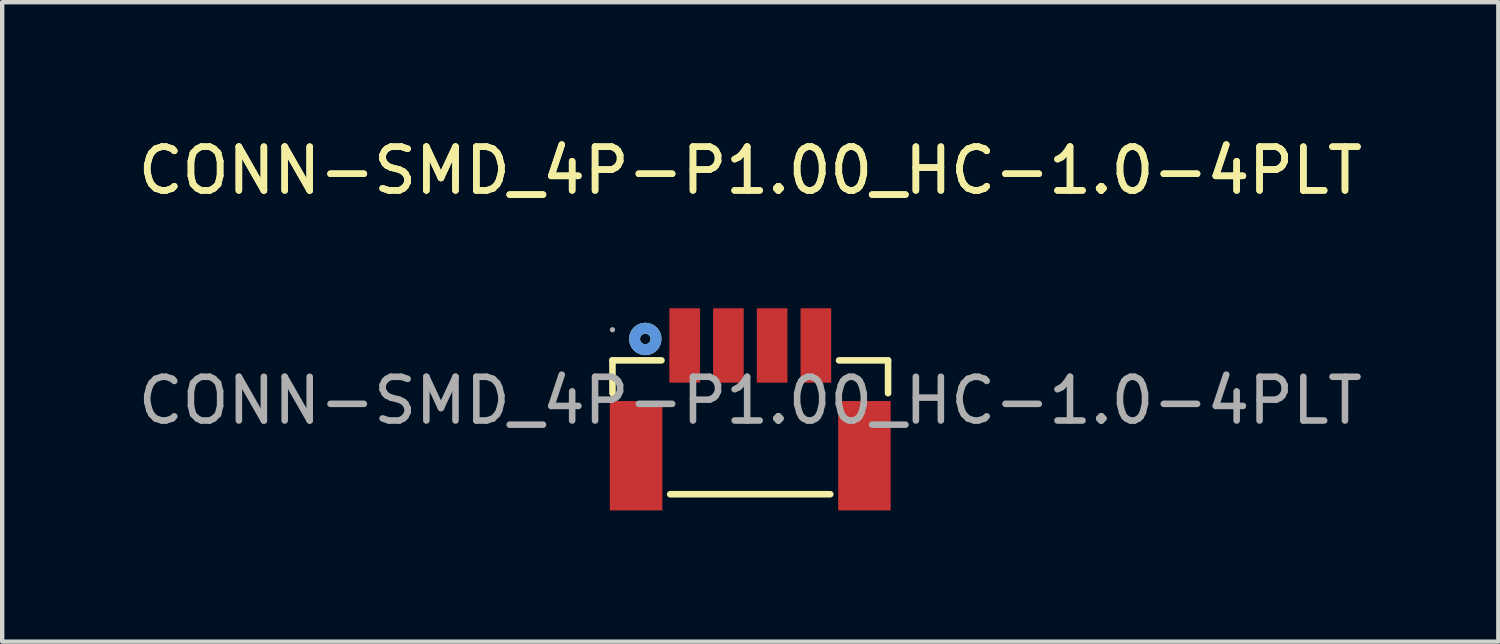
<source format=kicad_pcb>
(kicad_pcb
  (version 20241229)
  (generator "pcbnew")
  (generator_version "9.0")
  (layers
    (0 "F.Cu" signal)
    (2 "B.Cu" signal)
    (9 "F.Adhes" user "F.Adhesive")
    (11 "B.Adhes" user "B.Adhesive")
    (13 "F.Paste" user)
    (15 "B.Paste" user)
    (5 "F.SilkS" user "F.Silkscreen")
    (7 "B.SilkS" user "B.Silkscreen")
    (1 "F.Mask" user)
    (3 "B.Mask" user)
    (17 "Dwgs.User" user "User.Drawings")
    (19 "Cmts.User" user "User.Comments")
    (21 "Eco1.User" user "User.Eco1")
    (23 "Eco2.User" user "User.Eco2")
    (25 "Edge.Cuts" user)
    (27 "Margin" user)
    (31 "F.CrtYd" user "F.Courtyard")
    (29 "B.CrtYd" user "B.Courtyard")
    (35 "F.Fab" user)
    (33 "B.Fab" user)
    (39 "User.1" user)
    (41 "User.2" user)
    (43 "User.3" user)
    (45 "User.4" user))
  (footprint "CONN-SMD_4P-P1.00_HC-1.0-4PLT"
    (layer "F.Cu")
    (at 14.101 6.108)
    (property "Reference" "CONN-SMD_4P-P1.00_HC-1.0-4PLT" (at 0 -5.26 0) (layer "F.SilkS") (effects (font (size 1 1) (thickness 0.15))))
    (attr smd)
    (fp_line (start -3.15 -0.92) (end -2.03 -0.92) (stroke (width 0.15) (type solid)) (layer "F.SilkS"))
    (fp_line (start -3.15 -0.17) (end -3.15 -0.92) (stroke (width 0.15) (type solid)) (layer "F.SilkS"))
    (fp_line (start -1.83 2.14) (end 1.83 2.14) (stroke (width 0.15) (type solid)) (layer "F.SilkS"))
    (fp_line (start 3.15 -0.92) (end 2.03 -0.92) (stroke (width 0.15) (type solid)) (layer "F.SilkS"))
    (fp_line (start 3.15 -0.92) (end 3.15 -0.17) (stroke (width 0.15) (type solid)) (layer "F.SilkS"))
    (fp_circle (center -2.4 -1.41) (end -2.28 -1.41) (stroke (width 0.25) (type solid)) (fill no) (layer "F.SilkS"))
    (fp_circle (center -2.4 -1.41) (end -2.28 -1.41) (stroke (width 0.25) (type solid)) (fill no) (layer "Cmts.User"))
    (fp_circle (center -3.15 -1.62) (end -3.12 -1.62) (stroke (width 0.06) (type solid)) (fill no) (layer "F.Fab"))
    (fp_text user "${REFERENCE}" (at 0 -5.26 0) (layer "F.SilkS") (effects (font (size 1 1) (thickness 0.15))))
    (fp_text user "${REFERENCE}" (at 0 0 0) (layer "F.Fab") (effects (font (size 1 1) (thickness 0.15))))
    (pad "1" smd rect (at -1.5 -1.26) (size 0.7 1.7) (layers "F.Cu" "F.Mask" "F.Paste"))
    (pad "2" smd rect (at -0.5 -1.26) (size 0.7 1.7) (layers "F.Cu" "F.Mask" "F.Paste"))
    (pad "3" smd rect (at 0.5 -1.26) (size 0.7 1.7) (layers "F.Cu" "F.Mask" "F.Paste"))
    (pad "4" smd rect (at 1.5 -1.26) (size 0.7 1.7) (layers "F.Cu" "F.Mask" "F.Paste"))
    (pad "5" smd rect (at -2.61 1.26) (size 1.2 2.5) (layers "F.Cu" "F.Mask" "F.Paste"))
    (pad "6" smd rect (at 2.61 1.26) (size 1.2 2.5) (layers "F.Cu" "F.Mask" "F.Paste")))
  (gr_rect
    (start -3 -3)
    (end 31.202 11.618)
    (stroke (width 0.1) (type default))
    (fill no)
    (layer "Edge.Cuts")))
</source>
